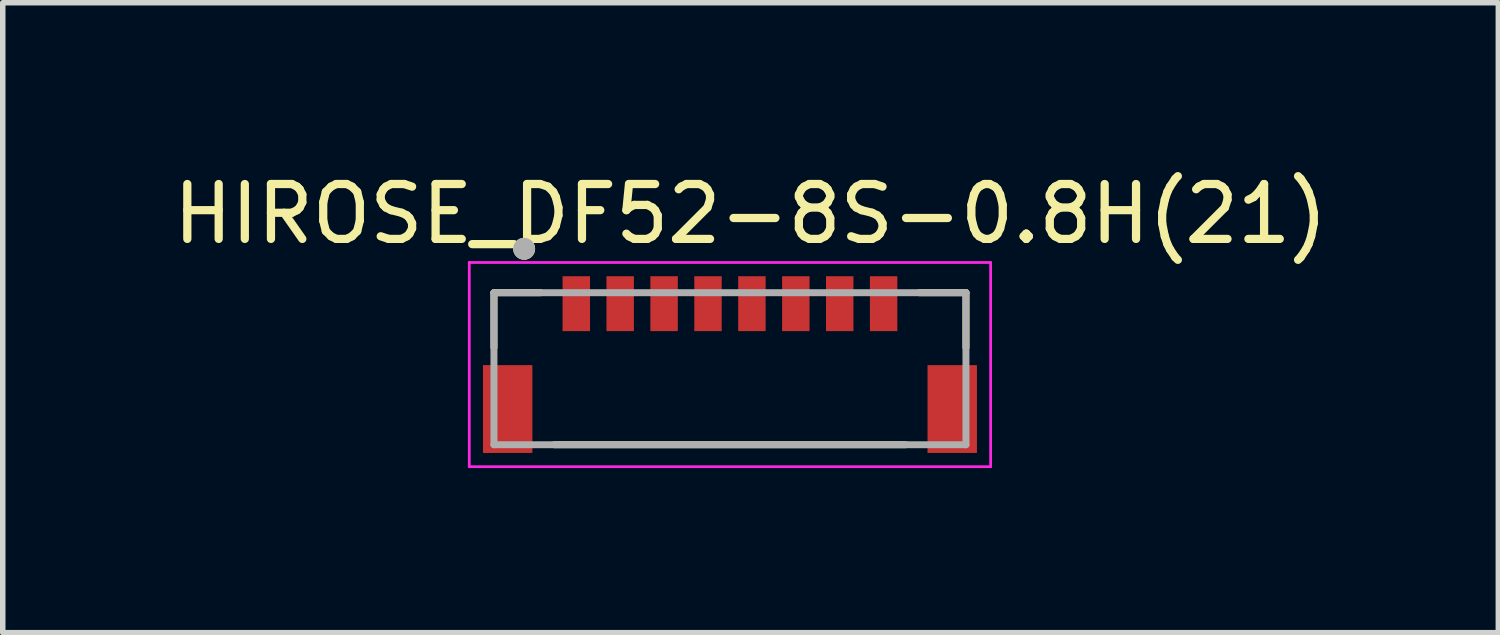
<source format=kicad_pcb>
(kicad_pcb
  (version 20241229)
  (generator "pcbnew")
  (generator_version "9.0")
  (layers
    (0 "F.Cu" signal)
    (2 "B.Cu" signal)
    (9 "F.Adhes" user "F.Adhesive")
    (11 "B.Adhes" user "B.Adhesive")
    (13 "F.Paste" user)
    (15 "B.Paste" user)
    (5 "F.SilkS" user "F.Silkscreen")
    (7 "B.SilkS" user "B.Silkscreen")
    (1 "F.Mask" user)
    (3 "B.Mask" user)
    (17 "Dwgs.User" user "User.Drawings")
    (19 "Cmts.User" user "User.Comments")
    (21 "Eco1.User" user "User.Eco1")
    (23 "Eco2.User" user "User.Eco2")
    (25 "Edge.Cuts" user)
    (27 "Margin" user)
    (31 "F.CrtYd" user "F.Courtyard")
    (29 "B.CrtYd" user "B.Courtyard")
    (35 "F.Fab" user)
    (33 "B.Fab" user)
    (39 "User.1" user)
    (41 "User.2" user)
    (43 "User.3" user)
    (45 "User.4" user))
  (footprint "HIROSE_DF52-8S-0.8H(21)"
    (layer "F.Cu")
    (at 10.25 2.483)
    (property "Reference" "HIROSE_DF52-8S-0.8H(21)" (at 0.375 -1.635 0) (layer "F.SilkS") (effects (font (size 1 1) (thickness 0.15))))
    (attr through_hole)
    (fp_line (start -4.3 -0.2) (end -3.45 -0.2) (stroke (width 0.127) (type solid)) (layer "F.SilkS"))
    (fp_line (start -4.3 0.8) (end -4.3 -0.2) (stroke (width 0.127) (type solid)) (layer "F.SilkS"))
    (fp_line (start -3.2 2.57) (end 3.2 2.57) (stroke (width 0.127) (type solid)) (layer "F.SilkS"))
    (fp_line (start 3.45 -0.2) (end 4.3 -0.2) (stroke (width 0.127) (type solid)) (layer "F.SilkS"))
    (fp_line (start 4.3 0.8) (end 4.3 -0.2) (stroke (width 0.127) (type solid)) (layer "F.SilkS"))
    (fp_circle (center -3.75 -1) (end -3.65 -1) (stroke (width 0.2) (type solid)) (fill no) (layer "F.SilkS"))
    (fp_line (start -4.75 -0.75) (end 4.75 -0.75) (stroke (width 0.05) (type solid)) (layer "F.CrtYd"))
    (fp_line (start -4.75 2.97) (end -4.75 -0.75) (stroke (width 0.05) (type solid)) (layer "F.CrtYd"))
    (fp_line (start 4.75 -0.75) (end 4.75 2.97) (stroke (width 0.05) (type solid)) (layer "F.CrtYd"))
    (fp_line (start 4.75 2.97) (end -4.75 2.97) (stroke (width 0.05) (type solid)) (layer "F.CrtYd"))
    (fp_line (start -4.3 -0.2) (end 4.3 -0.2) (stroke (width 0.127) (type solid)) (layer "F.Fab"))
    (fp_line (start -4.3 2.57) (end -4.3 -0.2) (stroke (width 0.127) (type solid)) (layer "F.Fab"))
    (fp_line (start 4.3 -0.2) (end 4.3 2.57) (stroke (width 0.127) (type solid)) (layer "F.Fab"))
    (fp_line (start 4.3 2.57) (end -4.3 2.57) (stroke (width 0.127) (type solid)) (layer "F.Fab"))
    (fp_circle (center -3.75 -1) (end -3.65 -1) (stroke (width 0.2) (type solid)) (fill no) (layer "F.Fab"))
    (pad "1" smd rect (at -2.8 0) (size 0.5 1) (layers "F.Cu" "F.Mask" "F.Paste"))
    (pad "2" smd rect (at -2 0) (size 0.5 1) (layers "F.Cu" "F.Mask" "F.Paste"))
    (pad "3" smd rect (at -1.2 0) (size 0.5 1) (layers "F.Cu" "F.Mask" "F.Paste"))
    (pad "4" smd rect (at -0.4 0) (size 0.5 1) (layers "F.Cu" "F.Mask" "F.Paste"))
    (pad "5" smd rect (at 0.4 0) (size 0.5 1) (layers "F.Cu" "F.Mask" "F.Paste"))
    (pad "6" smd rect (at 1.2 0) (size 0.5 1) (layers "F.Cu" "F.Mask" "F.Paste"))
    (pad "7" smd rect (at 2 0) (size 0.5 1) (layers "F.Cu" "F.Mask" "F.Paste"))
    (pad "8" smd rect (at 2.8 0) (size 0.5 1) (layers "F.Cu" "F.Mask" "F.Paste"))
    (pad "P1" smd rect (at -4.05 1.92) (size 0.9 1.6) (layers "F.Cu" "F.Mask" "F.Paste"))
    (pad "P2" smd rect (at 4.05 1.92) (size 0.9 1.6) (layers "F.Cu" "F.Mask" "F.Paste")))
  (gr_rect
    (start -3 -3)
    (end 24.25 8.478)
    (stroke (width 0.1) (type default))
    (fill no)
    (layer "Edge.Cuts")))
</source>
